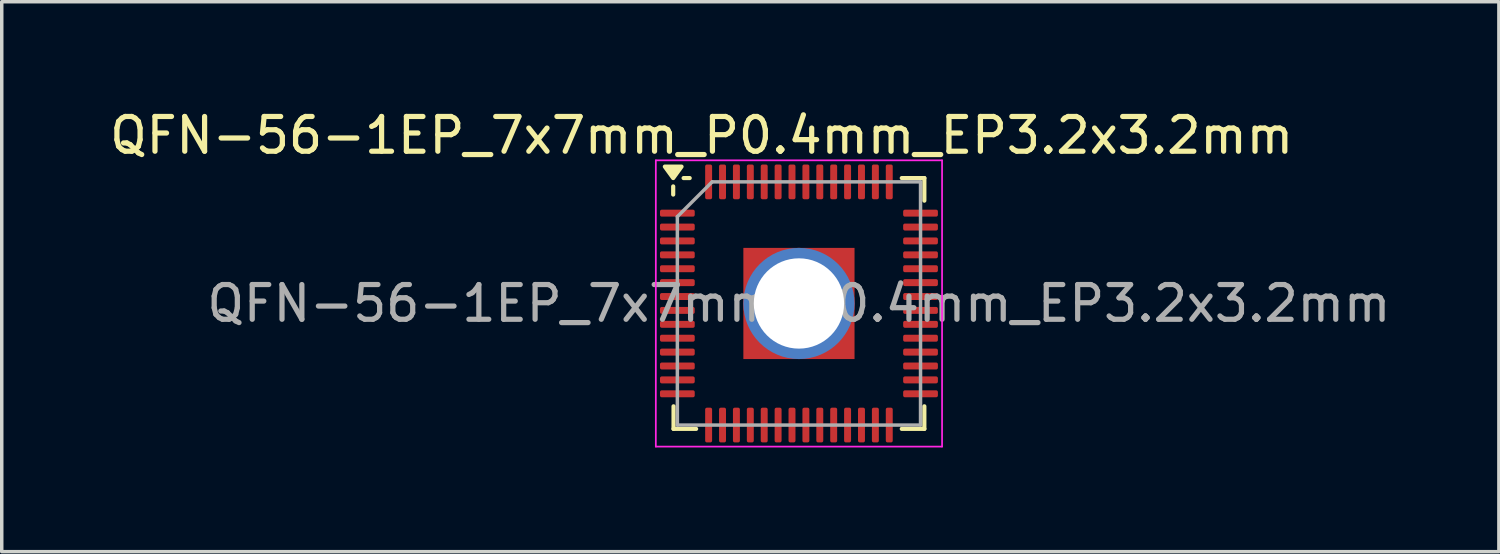
<source format=kicad_pcb>
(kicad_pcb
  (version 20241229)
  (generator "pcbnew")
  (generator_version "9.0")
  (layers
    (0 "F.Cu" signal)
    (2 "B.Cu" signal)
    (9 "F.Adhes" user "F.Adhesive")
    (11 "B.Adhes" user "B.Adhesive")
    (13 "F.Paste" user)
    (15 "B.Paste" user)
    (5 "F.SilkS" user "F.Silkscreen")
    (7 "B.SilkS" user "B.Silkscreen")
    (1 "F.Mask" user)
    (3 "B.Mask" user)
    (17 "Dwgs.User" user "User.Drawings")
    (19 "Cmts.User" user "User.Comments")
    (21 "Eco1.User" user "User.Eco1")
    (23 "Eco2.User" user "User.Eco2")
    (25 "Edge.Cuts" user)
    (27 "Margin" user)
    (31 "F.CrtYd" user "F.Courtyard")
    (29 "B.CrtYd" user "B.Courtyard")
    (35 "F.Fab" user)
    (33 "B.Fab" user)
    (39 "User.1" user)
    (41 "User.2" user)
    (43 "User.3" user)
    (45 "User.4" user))
  (footprint "QFN-56-1EP_7x7mm_P0.4mm_EP3.2x3.2mm"
    (layer "F.Cu")
    (at 19.949 5.686)
    (property "Reference" "QFN-56-1EP_7x7mm_P0.4mm_EP3.2x3.2mm" (at -2.8 -4.838 0) (layer "F.SilkS") (effects (font (size 1 1) (thickness 0.15))))
    (attr smd)
    (fp_line (start -3.62 -3.135) (end -3.62 -3.37) (stroke (width 0.12) (type solid)) (layer "F.SilkS"))
    (fp_line (start -3.61 3.61) (end -3.61 2.96) (stroke (width 0.12) (type solid)) (layer "F.SilkS"))
    (fp_line (start -3.145 -3.61) (end -3.32 -3.61) (stroke (width 0.12) (type solid)) (layer "F.SilkS"))
    (fp_line (start -2.96 3.61) (end -3.61 3.61) (stroke (width 0.12) (type solid)) (layer "F.SilkS"))
    (fp_line (start 2.96 -3.61) (end 3.61 -3.61) (stroke (width 0.12) (type solid)) (layer "F.SilkS"))
    (fp_line (start 2.96 3.61) (end 3.61 3.61) (stroke (width 0.12) (type solid)) (layer "F.SilkS"))
    (fp_line (start 3.61 -3.61) (end 3.61 -2.96) (stroke (width 0.12) (type solid)) (layer "F.SilkS"))
    (fp_line (start 3.61 3.61) (end 3.61 2.96) (stroke (width 0.12) (type solid)) (layer "F.SilkS"))
    (fp_poly (pts (xy -3.62 -3.61) (xy -3.86 -3.94) (xy -3.38 -3.94) (xy -3.62 -3.61)) (stroke (width 0.12) (type solid)) (fill yes) (layer "F.SilkS"))
    (fp_line (start -4.12 -4.12) (end -4.12 4.12) (stroke (width 0.05) (type solid)) (layer "F.CrtYd"))
    (fp_line (start -4.12 4.12) (end 4.12 4.12) (stroke (width 0.05) (type solid)) (layer "F.CrtYd"))
    (fp_line (start 4.12 -4.12) (end -4.12 -4.12) (stroke (width 0.05) (type solid)) (layer "F.CrtYd"))
    (fp_line (start 4.12 4.12) (end 4.12 -4.12) (stroke (width 0.05) (type solid)) (layer "F.CrtYd"))
    (fp_line (start -3.5 -2.5) (end -2.5 -3.5) (stroke (width 0.1) (type solid)) (layer "F.Fab"))
    (fp_line (start -3.5 3.5) (end -3.5 -2.5) (stroke (width 0.1) (type solid)) (layer "F.Fab"))
    (fp_line (start -2.5 -3.5) (end 3.5 -3.5) (stroke (width 0.1) (type solid)) (layer "F.Fab"))
    (fp_line (start 3.5 -3.5) (end 3.5 3.5) (stroke (width 0.1) (type solid)) (layer "F.Fab"))
    (fp_line (start 3.5 3.5) (end -3.5 3.5) (stroke (width 0.1) (type solid)) (layer "F.Fab"))
    (fp_text user "${REFERENCE}" (at 0 0 0) (layer "F.Fab") (effects (font (size 1 1) (thickness 0.15))))
    (pad "1" smd roundrect (at -3.5 -2.6) (size 1 0.2) (layers "F.Cu" "F.Mask" "F.Paste") (roundrect_rratio 0.25))
    (pad "2" smd roundrect (at -3.5 -2.2) (size 1 0.2) (layers "F.Cu" "F.Mask" "F.Paste") (roundrect_rratio 0.25))
    (pad "3" smd roundrect (at -3.5 -1.8) (size 1 0.2) (layers "F.Cu" "F.Mask" "F.Paste") (roundrect_rratio 0.25))
    (pad "4" smd roundrect (at -3.5 -1.4) (size 1 0.2) (layers "F.Cu" "F.Mask" "F.Paste") (roundrect_rratio 0.25))
    (pad "5" smd roundrect (at -3.5 -1) (size 1 0.2) (layers "F.Cu" "F.Mask" "F.Paste") (roundrect_rratio 0.25))
    (pad "6" smd roundrect (at -3.5 -0.6) (size 1 0.2) (layers "F.Cu" "F.Mask" "F.Paste") (roundrect_rratio 0.25))
    (pad "7" smd roundrect (at -3.5 -0.2) (size 1 0.2) (layers "F.Cu" "F.Mask" "F.Paste") (roundrect_rratio 0.25))
    (pad "8" smd roundrect (at -3.5 0.2) (size 1 0.2) (layers "F.Cu" "F.Mask" "F.Paste") (roundrect_rratio 0.25))
    (pad "9" smd roundrect (at -3.5 0.6) (size 1 0.2) (layers "F.Cu" "F.Mask" "F.Paste") (roundrect_rratio 0.25))
    (pad "10" smd roundrect (at -3.5 1) (size 1 0.2) (layers "F.Cu" "F.Mask" "F.Paste") (roundrect_rratio 0.25))
    (pad "11" smd roundrect (at -3.5 1.4) (size 1 0.2) (layers "F.Cu" "F.Mask" "F.Paste") (roundrect_rratio 0.25))
    (pad "12" smd roundrect (at -3.5 1.8) (size 1 0.2) (layers "F.Cu" "F.Mask" "F.Paste") (roundrect_rratio 0.25))
    (pad "13" smd roundrect (at -3.5 2.2) (size 1 0.2) (layers "F.Cu" "F.Mask" "F.Paste") (roundrect_rratio 0.25))
    (pad "14" smd roundrect (at -3.5 2.6) (size 1 0.2) (layers "F.Cu" "F.Mask" "F.Paste") (roundrect_rratio 0.25))
    (pad "15" smd roundrect (at -2.6 3.5) (size 0.2 1) (layers "F.Cu" "F.Mask" "F.Paste") (roundrect_rratio 0.25))
    (pad "16" smd roundrect (at -2.2 3.5) (size 0.2 1) (layers "F.Cu" "F.Mask" "F.Paste") (roundrect_rratio 0.25))
    (pad "17" smd roundrect (at -1.8 3.5) (size 0.2 1) (layers "F.Cu" "F.Mask" "F.Paste") (roundrect_rratio 0.25))
    (pad "18" smd roundrect (at -1.4 3.5) (size 0.2 1) (layers "F.Cu" "F.Mask" "F.Paste") (roundrect_rratio 0.25))
    (pad "19" smd roundrect (at -1 3.5) (size 0.2 1) (layers "F.Cu" "F.Mask" "F.Paste") (roundrect_rratio 0.25))
    (pad "20" smd roundrect (at -0.6 3.5) (size 0.2 1) (layers "F.Cu" "F.Mask" "F.Paste") (roundrect_rratio 0.25))
    (pad "21" smd roundrect (at -0.2 3.5) (size 0.2 1) (layers "F.Cu" "F.Mask" "F.Paste") (roundrect_rratio 0.25))
    (pad "22" smd roundrect (at 0.2 3.5) (size 0.2 1) (layers "F.Cu" "F.Mask" "F.Paste") (roundrect_rratio 0.25))
    (pad "23" smd roundrect (at 0.6 3.5) (size 0.2 1) (layers "F.Cu" "F.Mask" "F.Paste") (roundrect_rratio 0.25))
    (pad "24" smd roundrect (at 1 3.5) (size 0.2 1) (layers "F.Cu" "F.Mask" "F.Paste") (roundrect_rratio 0.25))
    (pad "25" smd roundrect (at 1.4 3.5) (size 0.2 1) (layers "F.Cu" "F.Mask" "F.Paste") (roundrect_rratio 0.25))
    (pad "26" smd roundrect (at 1.8 3.5) (size 0.2 1) (layers "F.Cu" "F.Mask" "F.Paste") (roundrect_rratio 0.25))
    (pad "27" smd roundrect (at 2.2 3.5) (size 0.2 1) (layers "F.Cu" "F.Mask" "F.Paste") (roundrect_rratio 0.25))
    (pad "28" smd roundrect (at 2.6 3.5) (size 0.2 1) (layers "F.Cu" "F.Mask" "F.Paste") (roundrect_rratio 0.25))
    (pad "29" smd roundrect (at 3.5 2.6) (size 1 0.2) (layers "F.Cu" "F.Mask" "F.Paste") (roundrect_rratio 0.25))
    (pad "30" smd roundrect (at 3.5 2.2) (size 1 0.2) (layers "F.Cu" "F.Mask" "F.Paste") (roundrect_rratio 0.25))
    (pad "31" smd roundrect (at 3.5 1.8) (size 1 0.2) (layers "F.Cu" "F.Mask" "F.Paste") (roundrect_rratio 0.25))
    (pad "32" smd roundrect (at 3.5 1.4) (size 1 0.2) (layers "F.Cu" "F.Mask" "F.Paste") (roundrect_rratio 0.25))
    (pad "33" smd roundrect (at 3.5 1) (size 1 0.2) (layers "F.Cu" "F.Mask" "F.Paste") (roundrect_rratio 0.25))
    (pad "34" smd roundrect (at 3.5 0.6) (size 1 0.2) (layers "F.Cu" "F.Mask" "F.Paste") (roundrect_rratio 0.25))
    (pad "35" smd roundrect (at 3.5 0.2) (size 1 0.2) (layers "F.Cu" "F.Mask" "F.Paste") (roundrect_rratio 0.25))
    (pad "36" smd roundrect (at 3.5 -0.2) (size 1 0.2) (layers "F.Cu" "F.Mask" "F.Paste") (roundrect_rratio 0.25))
    (pad "37" smd roundrect (at 3.5 -0.6) (size 1 0.2) (layers "F.Cu" "F.Mask" "F.Paste") (roundrect_rratio 0.25))
    (pad "38" smd roundrect (at 3.5 -1) (size 1 0.2) (layers "F.Cu" "F.Mask" "F.Paste") (roundrect_rratio 0.25))
    (pad "39" smd roundrect (at 3.5 -1.4) (size 1 0.2) (layers "F.Cu" "F.Mask" "F.Paste") (roundrect_rratio 0.25))
    (pad "40" smd roundrect (at 3.5 -1.8) (size 1 0.2) (layers "F.Cu" "F.Mask" "F.Paste") (roundrect_rratio 0.25))
    (pad "41" smd roundrect (at 3.5 -2.2) (size 1 0.2) (layers "F.Cu" "F.Mask" "F.Paste") (roundrect_rratio 0.25))
    (pad "42" smd roundrect (at 3.5 -2.6) (size 1 0.2) (layers "F.Cu" "F.Mask" "F.Paste") (roundrect_rratio 0.25))
    (pad "43" smd roundrect (at 2.6 -3.5) (size 0.2 1) (layers "F.Cu" "F.Mask" "F.Paste") (roundrect_rratio 0.25))
    (pad "44" smd roundrect (at 2.2 -3.5) (size 0.2 1) (layers "F.Cu" "F.Mask" "F.Paste") (roundrect_rratio 0.25))
    (pad "45" smd roundrect (at 1.8 -3.5) (size 0.2 1) (layers "F.Cu" "F.Mask" "F.Paste") (roundrect_rratio 0.25))
    (pad "46" smd roundrect (at 1.4 -3.5) (size 0.2 1) (layers "F.Cu" "F.Mask" "F.Paste") (roundrect_rratio 0.25))
    (pad "47" smd roundrect (at 1 -3.5) (size 0.2 1) (layers "F.Cu" "F.Mask" "F.Paste") (roundrect_rratio 0.25))
    (pad "48" smd roundrect (at 0.6 -3.5) (size 0.2 1) (layers "F.Cu" "F.Mask" "F.Paste") (roundrect_rratio 0.25))
    (pad "49" smd roundrect (at 0.2 -3.5) (size 0.2 1) (layers "F.Cu" "F.Mask" "F.Paste") (roundrect_rratio 0.25))
    (pad "50" smd roundrect (at -0.2 -3.5) (size 0.2 1) (layers "F.Cu" "F.Mask" "F.Paste") (roundrect_rratio 0.25))
    (pad "51" smd roundrect (at -0.6 -3.5) (size 0.2 1) (layers "F.Cu" "F.Mask" "F.Paste") (roundrect_rratio 0.25))
    (pad "52" smd roundrect (at -1 -3.5) (size 0.2 1) (layers "F.Cu" "F.Mask" "F.Paste") (roundrect_rratio 0.25))
    (pad "53" smd roundrect (at -1.4 -3.5) (size 0.2 1) (layers "F.Cu" "F.Mask" "F.Paste") (roundrect_rratio 0.25))
    (pad "54" smd roundrect (at -1.8 -3.5) (size 0.2 1) (layers "F.Cu" "F.Mask" "F.Paste") (roundrect_rratio 0.25))
    (pad "55" smd roundrect (at -2.2 -3.5) (size 0.2 1) (layers "F.Cu" "F.Mask" "F.Paste") (roundrect_rratio 0.25))
    (pad "56" smd roundrect (at -2.6 -3.5) (size 0.2 1) (layers "F.Cu" "F.Mask" "F.Paste") (roundrect_rratio 0.25))
    (pad "57" thru_hole circle (at 0 0) (size 3.2 3.2) (drill 2.6) (layers "*.Cu" "*.Mask"))
    (pad "57" smd rect (at 0 0) (size 3.2 3.2) (layers "F.Cu" "F.Mask")))
  (gr_rect
    (start -3 -3)
    (end 40.098 12.831)
    (stroke (width 0.1) (type default))
    (fill no)
    (layer "Edge.Cuts")))
</source>
